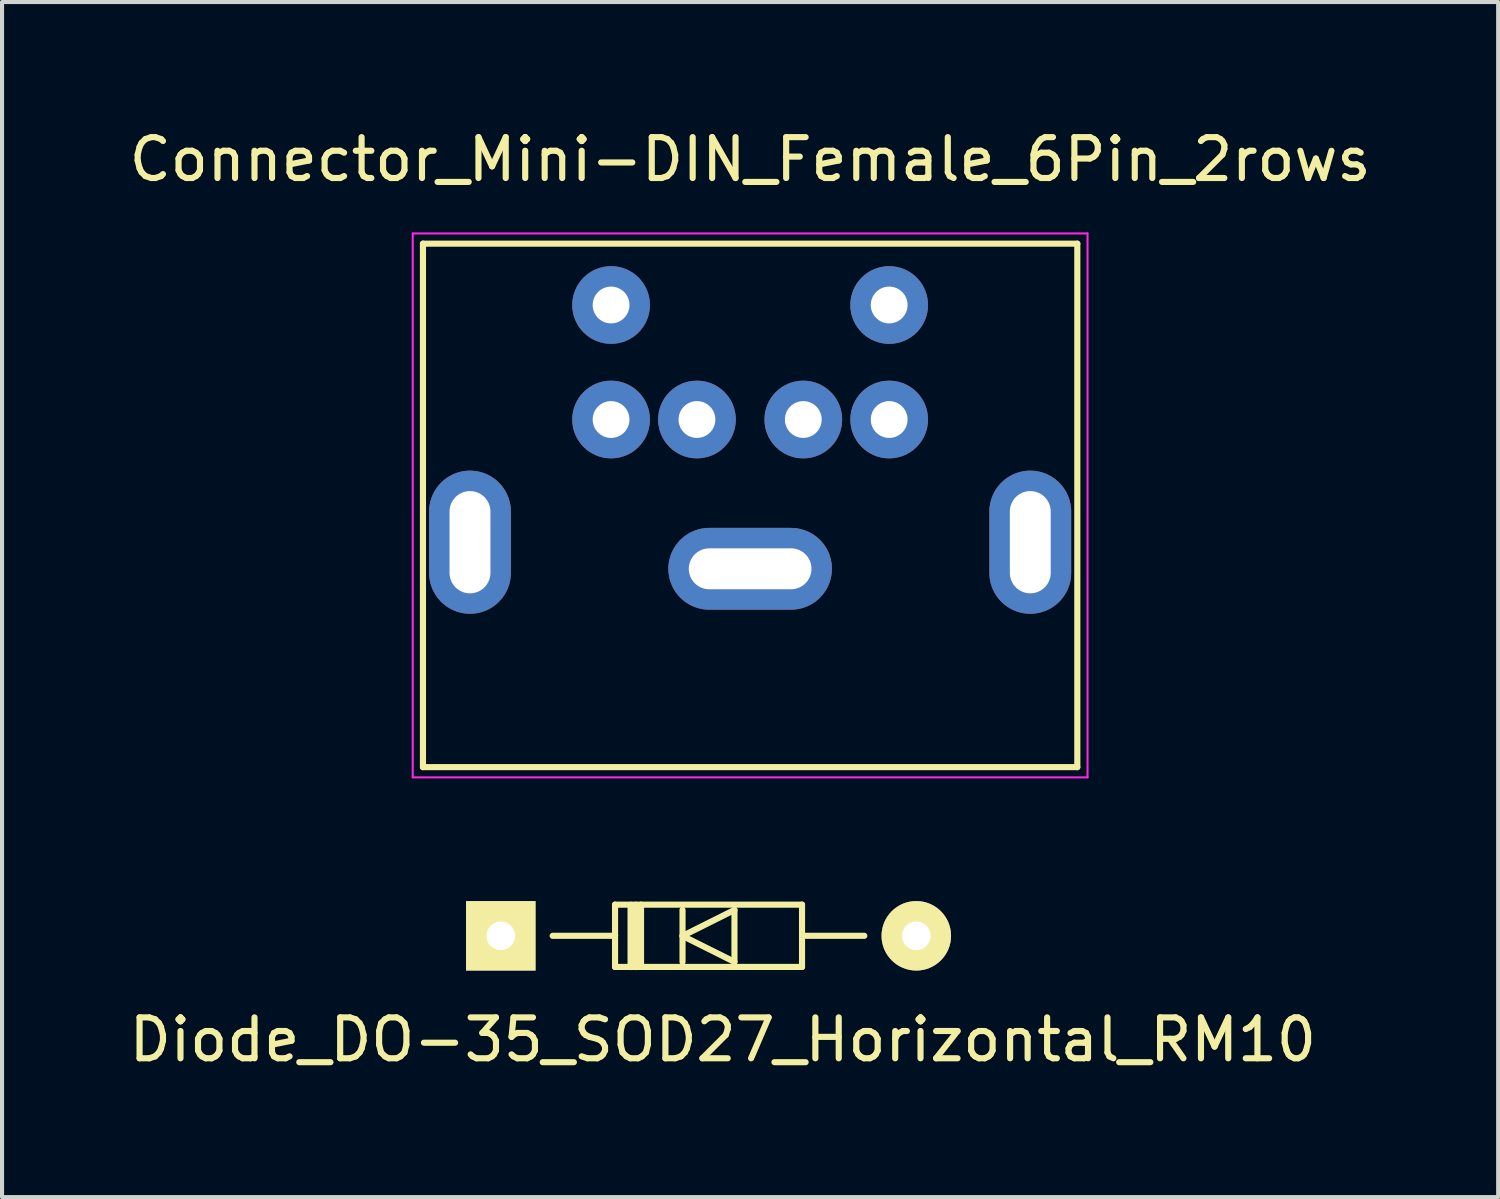
<source format=kicad_pcb>
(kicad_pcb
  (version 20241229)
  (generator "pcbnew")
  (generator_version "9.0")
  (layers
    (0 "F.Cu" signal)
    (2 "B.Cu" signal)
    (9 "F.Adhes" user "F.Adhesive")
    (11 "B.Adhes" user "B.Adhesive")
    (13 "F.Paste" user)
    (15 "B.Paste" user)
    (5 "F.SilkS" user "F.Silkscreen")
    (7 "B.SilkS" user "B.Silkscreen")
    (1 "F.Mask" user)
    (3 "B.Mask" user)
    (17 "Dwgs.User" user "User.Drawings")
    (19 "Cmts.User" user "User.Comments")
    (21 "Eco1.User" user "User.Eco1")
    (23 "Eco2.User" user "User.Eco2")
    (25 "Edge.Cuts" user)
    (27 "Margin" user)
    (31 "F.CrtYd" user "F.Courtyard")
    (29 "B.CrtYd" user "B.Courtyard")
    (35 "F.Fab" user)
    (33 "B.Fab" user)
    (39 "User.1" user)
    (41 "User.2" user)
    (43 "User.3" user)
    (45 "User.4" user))
  (footprint "Connector_Mini-DIN_Female_6Pin_2rows"
    (layer "F.Cu")
    (at 16.592 7.208)
    (property "Reference" "Connector_Mini-DIN_Female_6Pin_2rows" (at -1.3 -6.36 0) (layer "F.SilkS") (effects (font (size 1 1) (thickness 0.15))))
    (attr through_hole)
    (fp_line (start -9.3 -4.3) (end -9.3 8.5) (stroke (width 0.15) (type solid)) (layer "F.SilkS"))
    (fp_line (start -9.3 -4.3) (end 6.7 -4.3) (stroke (width 0.15) (type solid)) (layer "F.SilkS"))
    (fp_line (start -9.3 8.5) (end 6.7 8.5) (stroke (width 0.15) (type solid)) (layer "F.SilkS"))
    (fp_line (start 6.7 -4.3) (end 6.7 8.5) (stroke (width 0.15) (type solid)) (layer "F.SilkS"))
    (fp_line (start -9.55 -4.55) (end -9.55 8.75) (stroke (width 0.05) (type solid)) (layer "F.CrtYd"))
    (fp_line (start -9.55 -4.55) (end 6.95 -4.55) (stroke (width 0.05) (type solid)) (layer "F.CrtYd"))
    (fp_line (start 6.95 -4.55) (end 6.95 8.75) (stroke (width 0.05) (type solid)) (layer "F.CrtYd"))
    (fp_line (start 6.95 8.75) (end -9.55 8.75) (stroke (width 0.05) (type solid)) (layer "F.CrtYd"))
    (pad "1" thru_hole circle (at 0 0) (size 1.9 1.9) (drill 0.9) (layers "*.Cu" "*.Mask"))
    (pad "2" thru_hole circle (at -2.6 0) (size 1.9 1.9) (drill 0.9) (layers "*.Cu" "*.Mask"))
    (pad "3" thru_hole circle (at 2.1 0) (size 1.9 1.9) (drill 0.9) (layers "*.Cu" "*.Mask"))
    (pad "4" thru_hole circle (at -4.7 0) (size 1.9 1.9) (drill 0.9) (layers "*.Cu" "*.Mask"))
    (pad "5" thru_hole circle (at 2.1 -2.8) (size 1.9 1.9) (drill 0.9) (layers "*.Cu" "*.Mask"))
    (pad "6" thru_hole circle (at -4.7 -2.8) (size 1.9 1.9) (drill 0.9) (layers "*.Cu" "*.Mask"))
    (pad "7" thru_hole oval (at -8.15 3) (size 2 3.5) (drill oval 1 2.5) (layers "*.Cu" "*.Mask"))
    (pad "7" thru_hole oval (at -1.3 3.65) (size 4 2) (drill oval 3 1) (layers "*.Cu" "*.Mask"))
    (pad "7" thru_hole oval (at 5.55 3) (size 2 3.5) (drill oval 1 2.5) (layers "*.Cu" "*.Mask")))
  (footprint "Diode_DO-35_SOD27_Horizontal_RM10"
    (layer "F.Cu")
    (at 9.194 19.835)
    (property "Reference" "Diode_DO-35_SOD27_Horizontal_RM10" (at 5.431 2.537 0) (layer "F.SilkS") (effects (font (size 1 1) (thickness 0.15))))
    (attr through_hole)
    (fp_line (start 2.795 -0.765) (end 2.795 -0.003) (stroke (width 0.15) (type solid)) (layer "F.SilkS"))
    (fp_line (start 2.795 -0.003) (end 1.27 -0.003) (stroke (width 0.15) (type solid)) (layer "F.SilkS"))
    (fp_line (start 2.795 -0.003) (end 2.795 0.759) (stroke (width 0.15) (type solid)) (layer "F.SilkS"))
    (fp_line (start 2.795 0.759) (end 7.367 0.759) (stroke (width 0.15) (type solid)) (layer "F.SilkS"))
    (fp_line (start 3.175 -0.762) (end 3.175 0.762) (stroke (width 0.15) (type solid)) (layer "F.SilkS"))
    (fp_line (start 3.302 -0.762) (end 3.302 0.762) (stroke (width 0.15) (type solid)) (layer "F.SilkS"))
    (fp_line (start 3.43 -0.765) (end 3.43 0.759) (stroke (width 0.15) (type solid)) (layer "F.SilkS"))
    (fp_line (start 4.445 -0.635) (end 4.445 0.635) (stroke (width 0.15) (type solid)) (layer "F.SilkS"))
    (fp_line (start 4.445 0) (end 5.715 -0.635) (stroke (width 0.15) (type solid)) (layer "F.SilkS"))
    (fp_line (start 5.715 -0.635) (end 5.715 0.635) (stroke (width 0.15) (type solid)) (layer "F.SilkS"))
    (fp_line (start 5.715 0.635) (end 4.445 0) (stroke (width 0.15) (type solid)) (layer "F.SilkS"))
    (fp_line (start 7.367 -0.765) (end 2.795 -0.765) (stroke (width 0.15) (type solid)) (layer "F.SilkS"))
    (fp_line (start 7.367 -0.003) (end 8.89 -0.003) (stroke (width 0.15) (type solid)) (layer "F.SilkS"))
    (fp_line (start 7.367 0.759) (end 7.367 -0.765) (stroke (width 0.15) (type solid)) (layer "F.SilkS"))
    (pad "1" thru_hole rect (at 0.001 -0.003 180) (size 1.699 1.699) (drill 0.701) (layers "*.Cu" "*.Mask" "F.SilkS"))
    (pad "2" thru_hole circle (at 10.161 -0.003 180) (size 1.699 1.699) (drill 0.701) (layers "*.Cu" "*.Mask" "F.SilkS")))
  (gr_rect
    (start -3 -3)
    (end 33.583 26.221)
    (stroke (width 0.1) (type default))
    (fill no)
    (layer "Edge.Cuts")))
</source>
